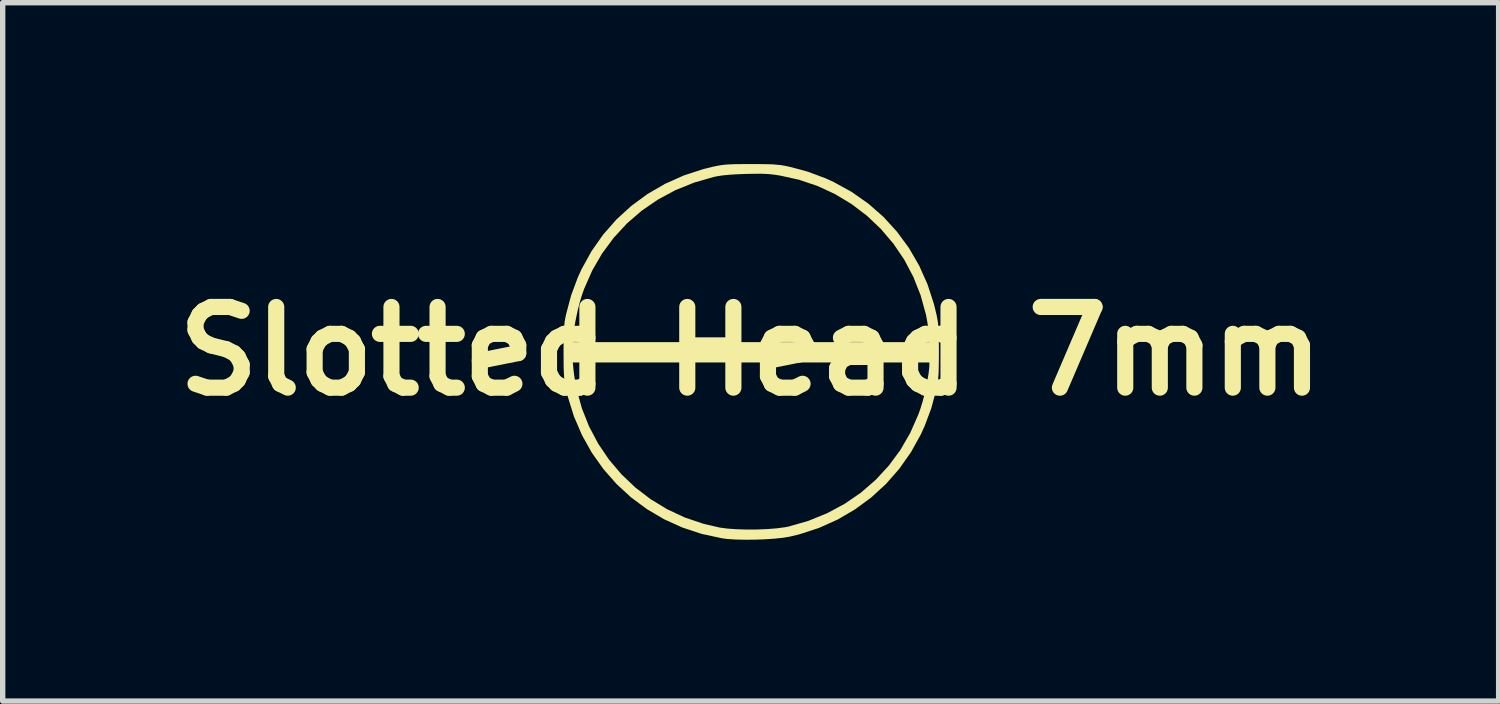
<source format=kicad_pcb>
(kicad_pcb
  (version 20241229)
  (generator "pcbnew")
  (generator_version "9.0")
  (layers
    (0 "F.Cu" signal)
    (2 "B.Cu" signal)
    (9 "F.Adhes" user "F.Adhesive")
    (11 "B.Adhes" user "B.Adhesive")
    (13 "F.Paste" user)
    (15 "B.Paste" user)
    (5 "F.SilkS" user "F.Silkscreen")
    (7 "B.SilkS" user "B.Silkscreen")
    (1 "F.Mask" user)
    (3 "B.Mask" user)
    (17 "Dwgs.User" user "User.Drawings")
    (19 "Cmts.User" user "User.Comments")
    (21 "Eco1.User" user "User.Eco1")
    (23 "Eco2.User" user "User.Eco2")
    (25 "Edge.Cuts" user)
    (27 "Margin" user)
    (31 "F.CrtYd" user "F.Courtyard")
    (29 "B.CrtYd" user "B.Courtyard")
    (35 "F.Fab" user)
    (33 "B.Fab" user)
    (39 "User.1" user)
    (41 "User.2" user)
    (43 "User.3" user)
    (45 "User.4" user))
  (footprint "Slotted Head 7mm"
    (layer "F.Cu")
    (at 10.907 3.479)
    (property "Reference" "Slotted Head 7mm" (at 0 0 0) (layer "F.SilkS") (effects (font (size 1.5 1.5) (thickness 0.3))))
    (attr board_only exclude_from_pos_files exclude_from_bom)
    (fp_poly (pts (xy 0.011 -3.479) (xy 0.175 -3.478) (xy 0.305 -3.476) (xy 0.409 -3.473) (xy 0.494 -3.466) (xy 0.57 -3.458) (xy 0.643 -3.445) (xy 0.71 -3.431) (xy 1.059 -3.338) (xy 1.392 -3.214) (xy 1.545 -3.144) (xy 1.88 -2.959) (xy 2.189 -2.742) (xy 2.47 -2.495) (xy 2.722 -2.219) (xy 2.943 -1.918) (xy 3.132 -1.592) (xy 3.288 -1.243) (xy 3.408 -0.874) (xy 3.452 -0.694) (xy 3.468 -0.616) (xy 3.48 -0.544) (xy 3.489 -0.47) (xy 3.495 -0.385) (xy 3.498 -0.283) (xy 3.499 -0.155) (xy 3.5 0.008) (xy 3.5 0.011) (xy 3.499 0.175) (xy 3.497 0.305) (xy 3.494 0.409) (xy 3.488 0.494) (xy 3.479 0.57) (xy 3.466 0.643) (xy 3.452 0.71) (xy 3.359 1.059) (xy 3.235 1.392) (xy 3.165 1.545) (xy 2.98 1.879) (xy 2.763 2.187) (xy 2.516 2.469) (xy 2.241 2.721) (xy 1.94 2.942) (xy 1.615 3.132) (xy 1.269 3.287) (xy 0.904 3.406) (xy 0.725 3.449) (xy 0.6 3.47) (xy 0.444 3.486) (xy 0.267 3.498) (xy 0.08 3.505) (xy -0.107 3.506) (xy -0.282 3.502) (xy -0.435 3.492) (xy -0.533 3.479) (xy -0.91 3.398) (xy -1.27 3.279) (xy -1.61 3.125) (xy -1.929 2.937) (xy -2.225 2.718) (xy -2.495 2.469) (xy -2.738 2.192) (xy -2.953 1.889) (xy -3.136 1.562) (xy -3.286 1.213) (xy -3.401 0.843) (xy -3.431 0.715) (xy -3.447 0.637) (xy -3.459 0.565) (xy -3.468 0.491) (xy -3.473 0.406) (xy -3.477 0.304) (xy -3.478 0.21) (xy -3.307 0.21) (xy -3.292 0.363) (xy -3.28 0.458) (xy -3.262 0.572) (xy -3.241 0.684) (xy -3.237 0.704) (xy -3.139 1.061) (xy -3.004 1.401) (xy -2.835 1.72) (xy -2.634 2.017) (xy -2.402 2.29) (xy -2.143 2.536) (xy -1.859 2.753) (xy -1.552 2.94) (xy -1.224 3.093) (xy -0.877 3.21) (xy -0.575 3.28) (xy -0.432 3.299) (xy -0.261 3.311) (xy -0.073 3.317) (xy 0.121 3.316) (xy 0.312 3.308) (xy 0.487 3.294) (xy 0.638 3.274) (xy 0.704 3.261) (xy 1.074 3.155) (xy 1.422 3.013) (xy 1.747 2.839) (xy 2.048 2.632) (xy 2.322 2.395) (xy 2.568 2.129) (xy 2.784 1.837) (xy 2.968 1.518) (xy 3.118 1.176) (xy 3.163 1.049) (xy 3.196 0.941) (xy 3.229 0.814) (xy 3.259 0.678) (xy 3.286 0.544) (xy 3.307 0.421) (xy 3.319 0.321) (xy 3.322 0.271) (xy 3.322 0.21) (xy 0.008 0.21) (xy -3.307 0.21) (xy -3.478 0.21) (xy -3.478 0.176) (xy -3.479 0.013) (xy -3.479 0.011) (xy -3.478 -0.154) (xy -3.477 -0.24) (xy -3.301 -0.24) (xy -3.301 -0.168) (xy 0.013 -0.168) (xy 3.328 -0.168) (xy 3.313 -0.331) (xy 3.301 -0.432) (xy 3.283 -0.551) (xy 3.262 -0.665) (xy 3.258 -0.683) (xy 3.159 -1.042) (xy 3.024 -1.382) (xy 2.855 -1.702) (xy 2.653 -1.999) (xy 2.422 -2.271) (xy 2.163 -2.517) (xy 1.879 -2.733) (xy 1.571 -2.919) (xy 1.243 -3.071) (xy 0.896 -3.188) (xy 0.565 -3.261) (xy 0.463 -3.278) (xy 0.372 -3.289) (xy 0.282 -3.296) (xy 0.183 -3.299) (xy 0.063 -3.298) (xy -0.088 -3.295) (xy -0.095 -3.295) (xy -0.27 -3.288) (xy -0.411 -3.279) (xy -0.528 -3.267) (xy -0.628 -3.251) (xy -0.683 -3.24) (xy -1.052 -3.134) (xy -1.4 -2.993) (xy -1.725 -2.818) (xy -2.026 -2.612) (xy -2.3 -2.375) (xy -2.546 -2.109) (xy -2.762 -1.817) (xy -2.946 -1.499) (xy -3.097 -1.157) (xy -3.142 -1.028) (xy -3.176 -0.915) (xy -3.21 -0.783) (xy -3.241 -0.642) (xy -3.268 -0.505) (xy -3.288 -0.38) (xy -3.3 -0.279) (xy -3.301 -0.24) (xy -3.477 -0.24) (xy -3.476 -0.284) (xy -3.473 -0.388) (xy -3.466 -0.473) (xy -3.458 -0.549) (xy -3.445 -0.622) (xy -3.431 -0.689) (xy -3.338 -1.038) (xy -3.214 -1.371) (xy -3.144 -1.524) (xy -2.959 -1.859) (xy -2.742 -2.168) (xy -2.495 -2.449) (xy -2.219 -2.701) (xy -1.918 -2.922) (xy -1.592 -3.111) (xy -1.243 -3.267) (xy -0.874 -3.387) (xy -0.694 -3.431) (xy -0.616 -3.447) (xy -0.544 -3.459) (xy -0.47 -3.468) (xy -0.385 -3.473) (xy -0.283 -3.477) (xy -0.155 -3.478) (xy 0.008 -3.479)) (stroke (width 0) (type solid)) (fill yes) (layer "F.SilkS")))
  (gr_rect
    (start -3 -3)
    (end 24.814 9.985)
    (stroke (width 0.1) (type default))
    (fill no)
    (layer "Edge.Cuts")))
</source>
